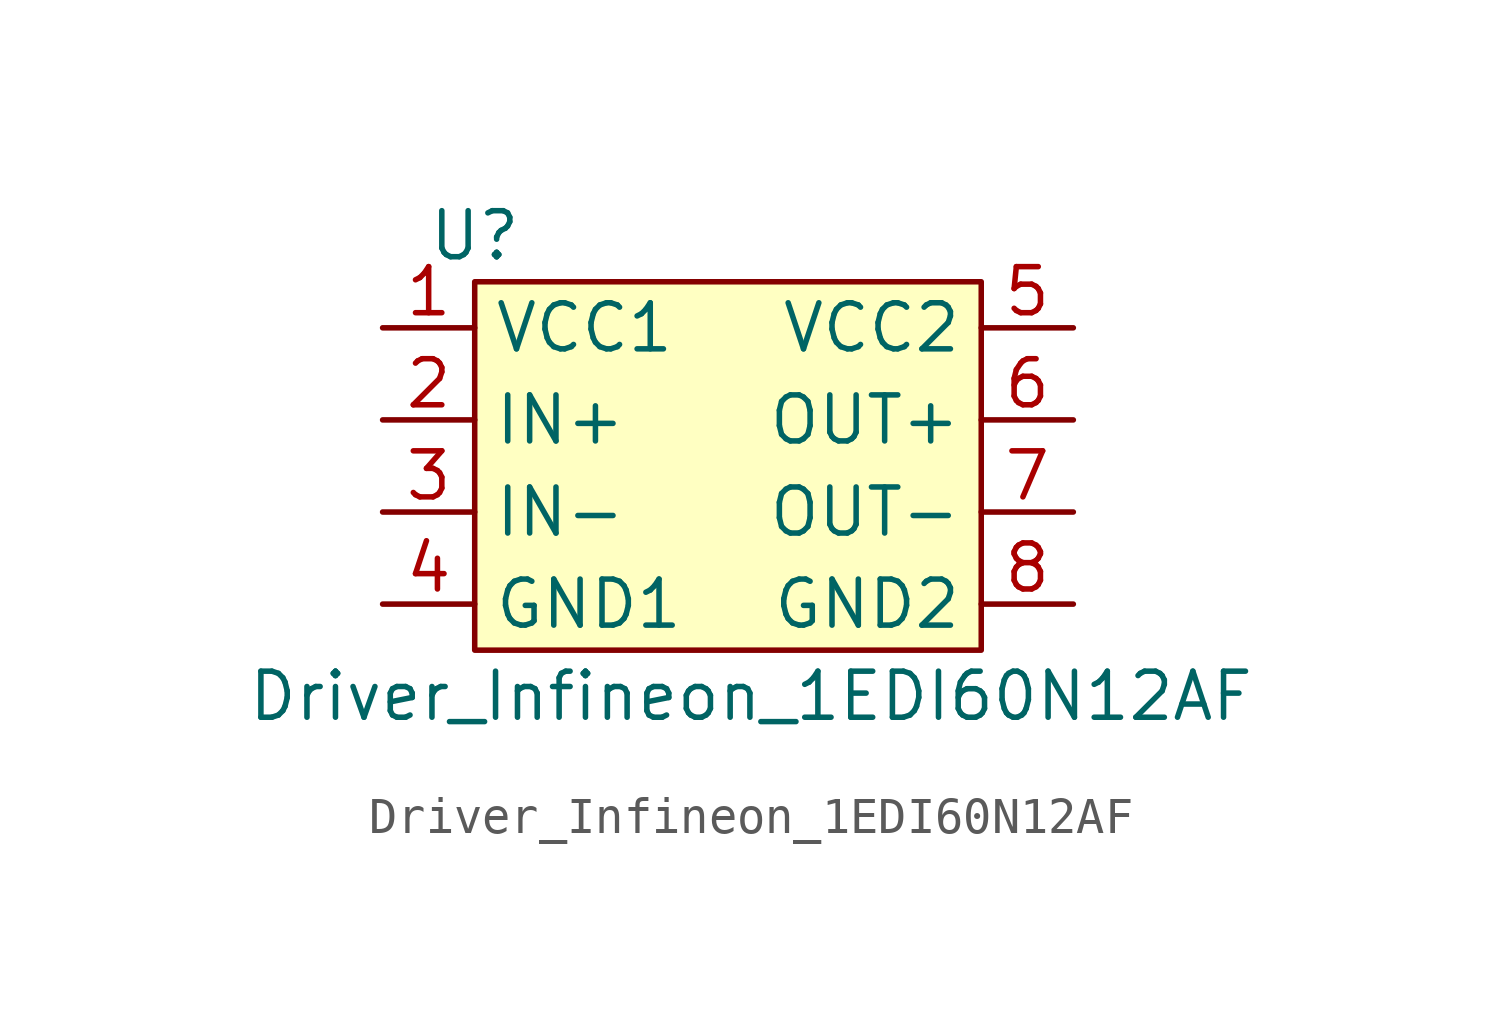
<source format=kicad_sym>
(kicad_symbol_lib
  (version 20220914)
  (generator kicad_symbol_editor)
  (symbol "Driver_Infineon_1EDI60N12AF"
    (property "Reference" "U"
      (at -6.35 6.35 0)
      (effects (font (size 1.27 1.27))))
    (property "Value" "Driver_Infineon_1EDI60N12AF"
      (at 1.27 -6.35 0)
      (effects (font (size 1.27 1.27))))
    (symbol "Driver_Infineon_1EDI60N12AF_0_1"
      (rectangle (start -6.35 5.08) (end 7.62 -5.08) (stroke (width 0) (type default)) (fill (type background))))
    (symbol "Driver_Infineon_1EDI60N12AF_1_1"
      (pin power_in line (at -8.89 3.81 0) (length 2.54) (name "VCC1" (effects (font (size 1.27 1.27)))) (number "1" (effects (font (size 1.27 1.27)))))
      (pin input line (at -8.89 1.27 0) (length 2.54) (name "IN+" (effects (font (size 1.27 1.27)))) (number "2" (effects (font (size 1.27 1.27)))))
      (pin input line (at -8.89 -1.27 0) (length 2.54) (name "IN-" (effects (font (size 1.27 1.27)))) (number "3" (effects (font (size 1.27 1.27)))))
      (pin power_in line (at -8.89 -3.81 0) (length 2.54) (name "GND1" (effects (font (size 1.27 1.27)))) (number "4" (effects (font (size 1.27 1.27)))))
      (pin power_in line (at 10.16 3.81 180) (length 2.54) (name "VCC2" (effects (font (size 1.27 1.27)))) (number "5" (effects (font (size 1.27 1.27)))))
      (pin output line (at 10.16 1.27 180) (length 2.54) (name "OUT+" (effects (font (size 1.27 1.27)))) (number "6" (effects (font (size 1.27 1.27)))))
      (pin output line (at 10.16 -1.27 180) (length 2.54) (name "OUT-" (effects (font (size 1.27 1.27)))) (number "7" (effects (font (size 1.27 1.27)))))
      (pin power_in line (at 10.16 -3.81 180) (length 2.54) (name "GND2" (effects (font (size 1.27 1.27)))) (number "8" (effects (font (size 1.27 1.27))))))))
</source>
